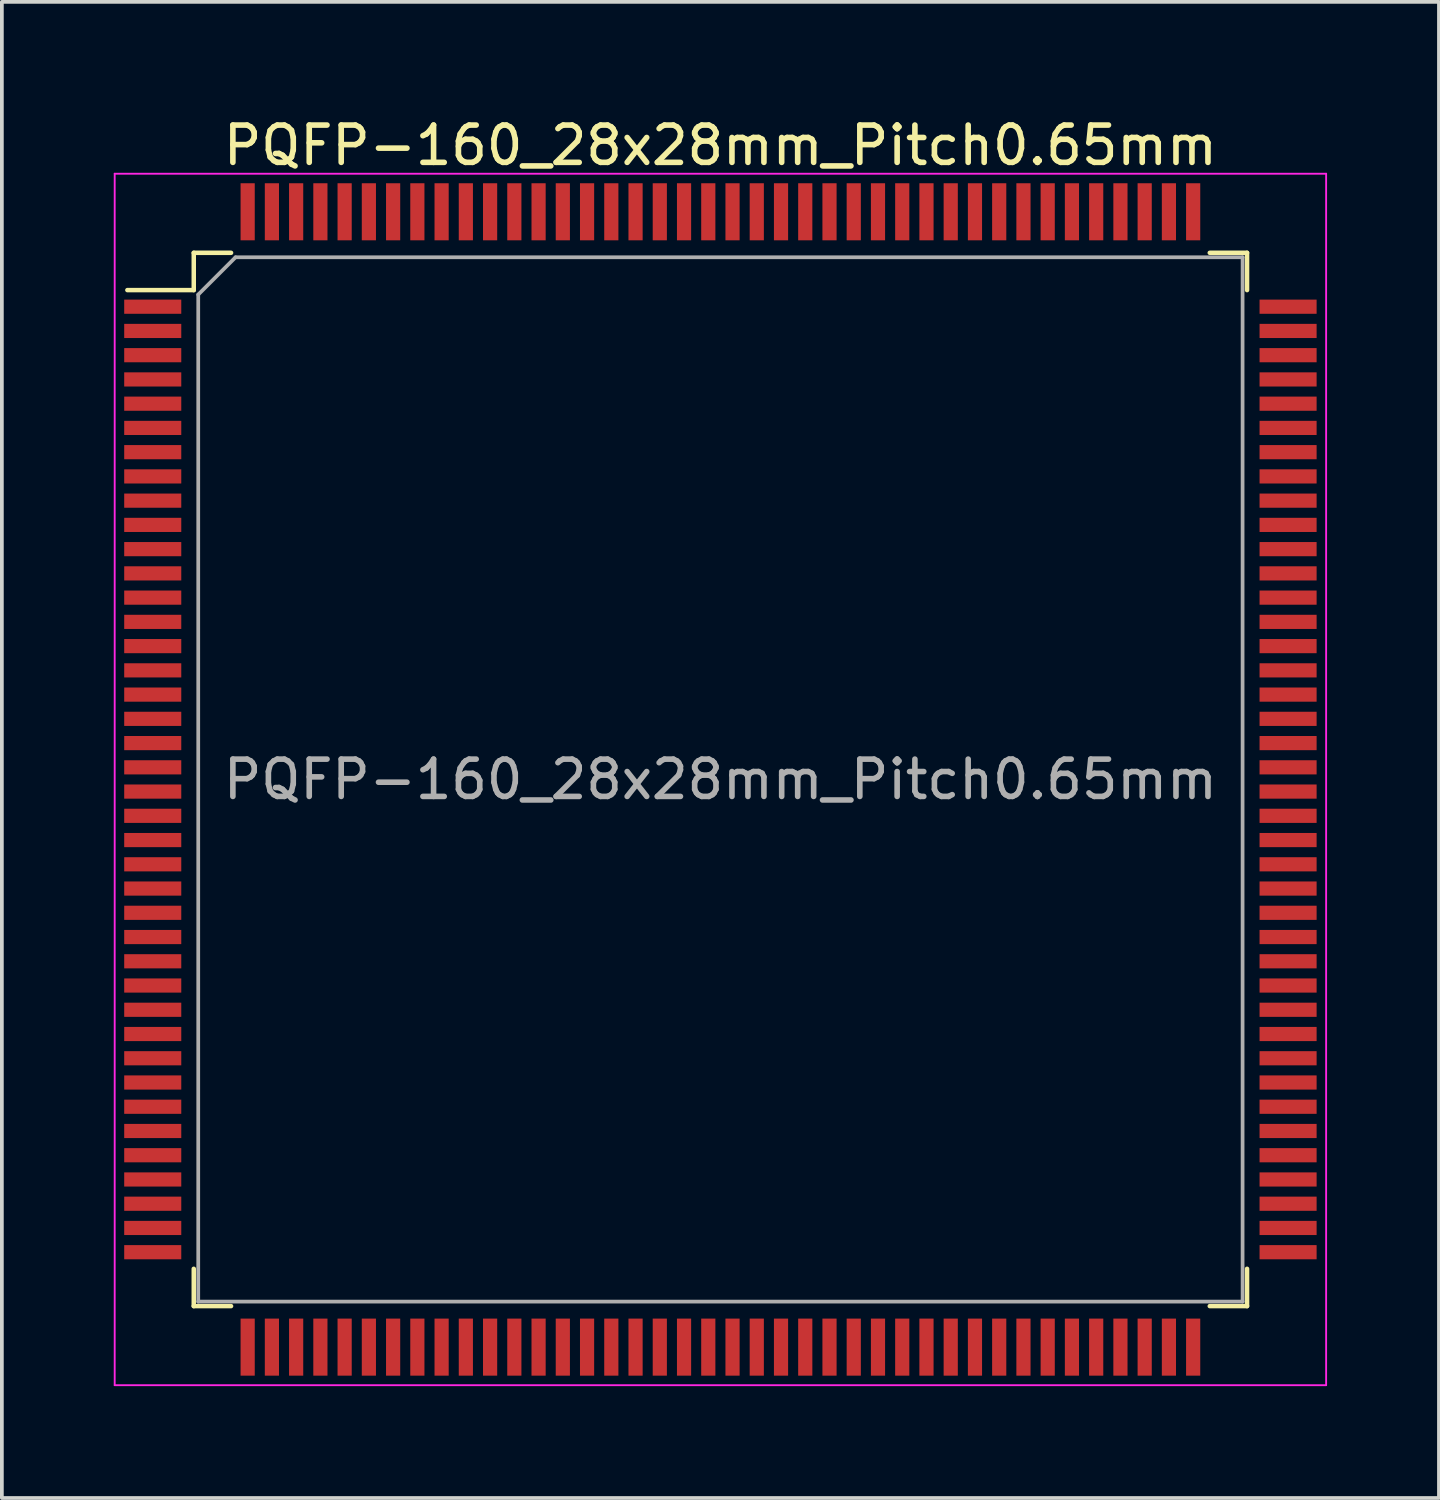
<source format=kicad_pcb>
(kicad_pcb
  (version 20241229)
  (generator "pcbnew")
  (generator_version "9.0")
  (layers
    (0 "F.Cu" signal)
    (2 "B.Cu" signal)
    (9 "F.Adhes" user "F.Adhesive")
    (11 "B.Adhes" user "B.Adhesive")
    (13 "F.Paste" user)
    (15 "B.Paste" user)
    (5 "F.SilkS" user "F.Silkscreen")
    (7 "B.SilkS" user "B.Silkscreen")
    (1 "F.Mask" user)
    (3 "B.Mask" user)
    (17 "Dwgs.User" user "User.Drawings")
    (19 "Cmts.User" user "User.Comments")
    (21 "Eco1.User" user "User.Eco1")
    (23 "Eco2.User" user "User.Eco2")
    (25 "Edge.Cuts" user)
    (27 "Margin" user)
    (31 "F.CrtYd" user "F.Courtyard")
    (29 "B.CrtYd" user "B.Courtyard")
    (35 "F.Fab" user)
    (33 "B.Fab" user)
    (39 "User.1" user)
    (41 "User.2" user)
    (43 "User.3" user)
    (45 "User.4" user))
  (footprint "PQFP-160_28x28mm_Pitch0.65mm"
    (layer "F.Cu")
    (at 16.265 17.848)
    (property "Reference" "PQFP-160_28x28mm_Pitch0.65mm" (at 0 -17 0) (layer "F.SilkS") (effects (font (size 1 1) (thickness 0.15))))
    (attr smd)
    (fp_line (start -15.9 -13.12) (end -14.12 -13.12) (stroke (width 0.12) (type solid)) (layer "F.SilkS"))
    (fp_line (start -14.12 -14.12) (end -14.12 -13.12) (stroke (width 0.12) (type solid)) (layer "F.SilkS"))
    (fp_line (start -14.12 14.12) (end -14.12 13.12) (stroke (width 0.12) (type solid)) (layer "F.SilkS"))
    (fp_line (start -13.12 -14.12) (end -14.12 -14.12) (stroke (width 0.12) (type solid)) (layer "F.SilkS"))
    (fp_line (start -13.12 14.12) (end -14.12 14.12) (stroke (width 0.12) (type solid)) (layer "F.SilkS"))
    (fp_line (start 13.12 -14.12) (end 14.12 -14.12) (stroke (width 0.12) (type solid)) (layer "F.SilkS"))
    (fp_line (start 13.12 14.12) (end 14.12 14.12) (stroke (width 0.12) (type solid)) (layer "F.SilkS"))
    (fp_line (start 14.12 -14.12) (end 14.12 -13.12) (stroke (width 0.12) (type solid)) (layer "F.SilkS"))
    (fp_line (start 14.12 14.12) (end 14.12 13.12) (stroke (width 0.12) (type solid)) (layer "F.SilkS"))
    (fp_line (start -16.24 -16.24) (end 16.24 -16.24) (stroke (width 0.05) (type solid)) (layer "F.CrtYd"))
    (fp_line (start -16.24 16.24) (end -16.24 -16.24) (stroke (width 0.05) (type solid)) (layer "F.CrtYd"))
    (fp_line (start 16.24 -16.24) (end 16.24 16.24) (stroke (width 0.05) (type solid)) (layer "F.CrtYd"))
    (fp_line (start 16.24 16.24) (end -16.24 16.24) (stroke (width 0.05) (type solid)) (layer "F.CrtYd"))
    (fp_line (start -14 -13) (end -14 14) (stroke (width 0.1) (type solid)) (layer "F.Fab"))
    (fp_line (start -14 14) (end 14 14) (stroke (width 0.1) (type solid)) (layer "F.Fab"))
    (fp_line (start -13 -14) (end -14 -13) (stroke (width 0.1) (type solid)) (layer "F.Fab"))
    (fp_line (start 14 -14) (end -13 -14) (stroke (width 0.1) (type solid)) (layer "F.Fab"))
    (fp_line (start 14 14) (end 14 -14) (stroke (width 0.1) (type solid)) (layer "F.Fab"))
    (fp_text user "${REFERENCE}" (at 0 0 0) (layer "F.Fab") (effects (font (size 1 1) (thickness 0.15))))
    (pad "1" smd rect (at -15.22 -12.675) (size 1.53 0.38) (layers "F.Cu" "F.Mask" "F.Paste"))
    (pad "2" smd rect (at -15.22 -12.025) (size 1.53 0.38) (layers "F.Cu" "F.Mask" "F.Paste"))
    (pad "3" smd rect (at -15.22 -11.375) (size 1.53 0.38) (layers "F.Cu" "F.Mask" "F.Paste"))
    (pad "4" smd rect (at -15.22 -10.725) (size 1.53 0.38) (layers "F.Cu" "F.Mask" "F.Paste"))
    (pad "5" smd rect (at -15.22 -10.075) (size 1.53 0.38) (layers "F.Cu" "F.Mask" "F.Paste"))
    (pad "6" smd rect (at -15.22 -9.425) (size 1.53 0.38) (layers "F.Cu" "F.Mask" "F.Paste"))
    (pad "7" smd rect (at -15.22 -8.775) (size 1.53 0.38) (layers "F.Cu" "F.Mask" "F.Paste"))
    (pad "8" smd rect (at -15.22 -8.125) (size 1.53 0.38) (layers "F.Cu" "F.Mask" "F.Paste"))
    (pad "9" smd rect (at -15.22 -7.475) (size 1.53 0.38) (layers "F.Cu" "F.Mask" "F.Paste"))
    (pad "10" smd rect (at -15.22 -6.825) (size 1.53 0.38) (layers "F.Cu" "F.Mask" "F.Paste"))
    (pad "11" smd rect (at -15.22 -6.175) (size 1.53 0.38) (layers "F.Cu" "F.Mask" "F.Paste"))
    (pad "12" smd rect (at -15.22 -5.525) (size 1.53 0.38) (layers "F.Cu" "F.Mask" "F.Paste"))
    (pad "13" smd rect (at -15.22 -4.875) (size 1.53 0.38) (layers "F.Cu" "F.Mask" "F.Paste"))
    (pad "14" smd rect (at -15.22 -4.225) (size 1.53 0.38) (layers "F.Cu" "F.Mask" "F.Paste"))
    (pad "15" smd rect (at -15.22 -3.575) (size 1.53 0.38) (layers "F.Cu" "F.Mask" "F.Paste"))
    (pad "16" smd rect (at -15.22 -2.925) (size 1.53 0.38) (layers "F.Cu" "F.Mask" "F.Paste"))
    (pad "17" smd rect (at -15.22 -2.275) (size 1.53 0.38) (layers "F.Cu" "F.Mask" "F.Paste"))
    (pad "18" smd rect (at -15.22 -1.625) (size 1.53 0.38) (layers "F.Cu" "F.Mask" "F.Paste"))
    (pad "19" smd rect (at -15.22 -0.975) (size 1.53 0.38) (layers "F.Cu" "F.Mask" "F.Paste"))
    (pad "20" smd rect (at -15.22 -0.325) (size 1.53 0.38) (layers "F.Cu" "F.Mask" "F.Paste"))
    (pad "21" smd rect (at -15.22 0.325) (size 1.53 0.38) (layers "F.Cu" "F.Mask" "F.Paste"))
    (pad "22" smd rect (at -15.22 0.975) (size 1.53 0.38) (layers "F.Cu" "F.Mask" "F.Paste"))
    (pad "23" smd rect (at -15.22 1.625) (size 1.53 0.38) (layers "F.Cu" "F.Mask" "F.Paste"))
    (pad "24" smd rect (at -15.22 2.275) (size 1.53 0.38) (layers "F.Cu" "F.Mask" "F.Paste"))
    (pad "25" smd rect (at -15.22 2.925) (size 1.53 0.38) (layers "F.Cu" "F.Mask" "F.Paste"))
    (pad "26" smd rect (at -15.22 3.575) (size 1.53 0.38) (layers "F.Cu" "F.Mask" "F.Paste"))
    (pad "27" smd rect (at -15.22 4.225) (size 1.53 0.38) (layers "F.Cu" "F.Mask" "F.Paste"))
    (pad "28" smd rect (at -15.22 4.875) (size 1.53 0.38) (layers "F.Cu" "F.Mask" "F.Paste"))
    (pad "29" smd rect (at -15.22 5.525) (size 1.53 0.38) (layers "F.Cu" "F.Mask" "F.Paste"))
    (pad "30" smd rect (at -15.22 6.175) (size 1.53 0.38) (layers "F.Cu" "F.Mask" "F.Paste"))
    (pad "31" smd rect (at -15.22 6.825) (size 1.53 0.38) (layers "F.Cu" "F.Mask" "F.Paste"))
    (pad "32" smd rect (at -15.22 7.475) (size 1.53 0.38) (layers "F.Cu" "F.Mask" "F.Paste"))
    (pad "33" smd rect (at -15.22 8.125) (size 1.53 0.38) (layers "F.Cu" "F.Mask" "F.Paste"))
    (pad "34" smd rect (at -15.22 8.775) (size 1.53 0.38) (layers "F.Cu" "F.Mask" "F.Paste"))
    (pad "35" smd rect (at -15.22 9.425) (size 1.53 0.38) (layers "F.Cu" "F.Mask" "F.Paste"))
    (pad "36" smd rect (at -15.22 10.075) (size 1.53 0.38) (layers "F.Cu" "F.Mask" "F.Paste"))
    (pad "37" smd rect (at -15.22 10.725) (size 1.53 0.38) (layers "F.Cu" "F.Mask" "F.Paste"))
    (pad "38" smd rect (at -15.22 11.375) (size 1.53 0.38) (layers "F.Cu" "F.Mask" "F.Paste"))
    (pad "39" smd rect (at -15.22 12.025) (size 1.53 0.38) (layers "F.Cu" "F.Mask" "F.Paste"))
    (pad "40" smd rect (at -15.22 12.675) (size 1.53 0.38) (layers "F.Cu" "F.Mask" "F.Paste"))
    (pad "41" smd rect (at -12.675 15.22) (size 0.38 1.53) (layers "F.Cu" "F.Mask" "F.Paste"))
    (pad "42" smd rect (at -12.025 15.22) (size 0.38 1.53) (layers "F.Cu" "F.Mask" "F.Paste"))
    (pad "43" smd rect (at -11.375 15.22) (size 0.38 1.53) (layers "F.Cu" "F.Mask" "F.Paste"))
    (pad "44" smd rect (at -10.725 15.22) (size 0.38 1.53) (layers "F.Cu" "F.Mask" "F.Paste"))
    (pad "45" smd rect (at -10.075 15.22) (size 0.38 1.53) (layers "F.Cu" "F.Mask" "F.Paste"))
    (pad "46" smd rect (at -9.425 15.22) (size 0.38 1.53) (layers "F.Cu" "F.Mask" "F.Paste"))
    (pad "47" smd rect (at -8.775 15.22) (size 0.38 1.53) (layers "F.Cu" "F.Mask" "F.Paste"))
    (pad "48" smd rect (at -8.125 15.22) (size 0.38 1.53) (layers "F.Cu" "F.Mask" "F.Paste"))
    (pad "49" smd rect (at -7.475 15.22) (size 0.38 1.53) (layers "F.Cu" "F.Mask" "F.Paste"))
    (pad "50" smd rect (at -6.825 15.22) (size 0.38 1.53) (layers "F.Cu" "F.Mask" "F.Paste"))
    (pad "51" smd rect (at -6.175 15.22) (size 0.38 1.53) (layers "F.Cu" "F.Mask" "F.Paste"))
    (pad "52" smd rect (at -5.525 15.22) (size 0.38 1.53) (layers "F.Cu" "F.Mask" "F.Paste"))
    (pad "53" smd rect (at -4.875 15.22) (size 0.38 1.53) (layers "F.Cu" "F.Mask" "F.Paste"))
    (pad "54" smd rect (at -4.225 15.22) (size 0.38 1.53) (layers "F.Cu" "F.Mask" "F.Paste"))
    (pad "55" smd rect (at -3.575 15.22) (size 0.38 1.53) (layers "F.Cu" "F.Mask" "F.Paste"))
    (pad "56" smd rect (at -2.925 15.22) (size 0.38 1.53) (layers "F.Cu" "F.Mask" "F.Paste"))
    (pad "57" smd rect (at -2.275 15.22) (size 0.38 1.53) (layers "F.Cu" "F.Mask" "F.Paste"))
    (pad "58" smd rect (at -1.625 15.22) (size 0.38 1.53) (layers "F.Cu" "F.Mask" "F.Paste"))
    (pad "59" smd rect (at -0.975 15.22) (size 0.38 1.53) (layers "F.Cu" "F.Mask" "F.Paste"))
    (pad "60" smd rect (at -0.325 15.22) (size 0.38 1.53) (layers "F.Cu" "F.Mask" "F.Paste"))
    (pad "61" smd rect (at 0.325 15.22) (size 0.38 1.53) (layers "F.Cu" "F.Mask" "F.Paste"))
    (pad "62" smd rect (at 0.975 15.22) (size 0.38 1.53) (layers "F.Cu" "F.Mask" "F.Paste"))
    (pad "63" smd rect (at 1.625 15.22) (size 0.38 1.53) (layers "F.Cu" "F.Mask" "F.Paste"))
    (pad "64" smd rect (at 2.275 15.22) (size 0.38 1.53) (layers "F.Cu" "F.Mask" "F.Paste"))
    (pad "65" smd rect (at 2.925 15.22) (size 0.38 1.53) (layers "F.Cu" "F.Mask" "F.Paste"))
    (pad "66" smd rect (at 3.575 15.22) (size 0.38 1.53) (layers "F.Cu" "F.Mask" "F.Paste"))
    (pad "67" smd rect (at 4.225 15.22) (size 0.38 1.53) (layers "F.Cu" "F.Mask" "F.Paste"))
    (pad "68" smd rect (at 4.875 15.22) (size 0.38 1.53) (layers "F.Cu" "F.Mask" "F.Paste"))
    (pad "69" smd rect (at 5.525 15.22) (size 0.38 1.53) (layers "F.Cu" "F.Mask" "F.Paste"))
    (pad "70" smd rect (at 6.175 15.22) (size 0.38 1.53) (layers "F.Cu" "F.Mask" "F.Paste"))
    (pad "71" smd rect (at 6.825 15.22) (size 0.38 1.53) (layers "F.Cu" "F.Mask" "F.Paste"))
    (pad "72" smd rect (at 7.475 15.22) (size 0.38 1.53) (layers "F.Cu" "F.Mask" "F.Paste"))
    (pad "73" smd rect (at 8.125 15.22) (size 0.38 1.53) (layers "F.Cu" "F.Mask" "F.Paste"))
    (pad "74" smd rect (at 8.775 15.22) (size 0.38 1.53) (layers "F.Cu" "F.Mask" "F.Paste"))
    (pad "75" smd rect (at 9.425 15.22) (size 0.38 1.53) (layers "F.Cu" "F.Mask" "F.Paste"))
    (pad "76" smd rect (at 10.075 15.22) (size 0.38 1.53) (layers "F.Cu" "F.Mask" "F.Paste"))
    (pad "77" smd rect (at 10.725 15.22) (size 0.38 1.53) (layers "F.Cu" "F.Mask" "F.Paste"))
    (pad "78" smd rect (at 11.375 15.22) (size 0.38 1.53) (layers "F.Cu" "F.Mask" "F.Paste"))
    (pad "79" smd rect (at 12.025 15.22) (size 0.38 1.53) (layers "F.Cu" "F.Mask" "F.Paste"))
    (pad "80" smd rect (at 12.675 15.22) (size 0.38 1.53) (layers "F.Cu" "F.Mask" "F.Paste"))
    (pad "81" smd rect (at 15.22 12.675) (size 1.53 0.38) (layers "F.Cu" "F.Mask" "F.Paste"))
    (pad "82" smd rect (at 15.22 12.025) (size 1.53 0.38) (layers "F.Cu" "F.Mask" "F.Paste"))
    (pad "83" smd rect (at 15.22 11.375) (size 1.53 0.38) (layers "F.Cu" "F.Mask" "F.Paste"))
    (pad "84" smd rect (at 15.22 10.725) (size 1.53 0.38) (layers "F.Cu" "F.Mask" "F.Paste"))
    (pad "85" smd rect (at 15.22 10.075) (size 1.53 0.38) (layers "F.Cu" "F.Mask" "F.Paste"))
    (pad "86" smd rect (at 15.22 9.425) (size 1.53 0.38) (layers "F.Cu" "F.Mask" "F.Paste"))
    (pad "87" smd rect (at 15.22 8.775) (size 1.53 0.38) (layers "F.Cu" "F.Mask" "F.Paste"))
    (pad "88" smd rect (at 15.22 8.125) (size 1.53 0.38) (layers "F.Cu" "F.Mask" "F.Paste"))
    (pad "89" smd rect (at 15.22 7.475) (size 1.53 0.38) (layers "F.Cu" "F.Mask" "F.Paste"))
    (pad "90" smd rect (at 15.22 6.825) (size 1.53 0.38) (layers "F.Cu" "F.Mask" "F.Paste"))
    (pad "91" smd rect (at 15.22 6.175) (size 1.53 0.38) (layers "F.Cu" "F.Mask" "F.Paste"))
    (pad "92" smd rect (at 15.22 5.525) (size 1.53 0.38) (layers "F.Cu" "F.Mask" "F.Paste"))
    (pad "93" smd rect (at 15.22 4.875) (size 1.53 0.38) (layers "F.Cu" "F.Mask" "F.Paste"))
    (pad "94" smd rect (at 15.22 4.225) (size 1.53 0.38) (layers "F.Cu" "F.Mask" "F.Paste"))
    (pad "95" smd rect (at 15.22 3.575) (size 1.53 0.38) (layers "F.Cu" "F.Mask" "F.Paste"))
    (pad "96" smd rect (at 15.22 2.925) (size 1.53 0.38) (layers "F.Cu" "F.Mask" "F.Paste"))
    (pad "97" smd rect (at 15.22 2.275) (size 1.53 0.38) (layers "F.Cu" "F.Mask" "F.Paste"))
    (pad "98" smd rect (at 15.22 1.625) (size 1.53 0.38) (layers "F.Cu" "F.Mask" "F.Paste"))
    (pad "99" smd rect (at 15.22 0.975) (size 1.53 0.38) (layers "F.Cu" "F.Mask" "F.Paste"))
    (pad "100" smd rect (at 15.22 0.325) (size 1.53 0.38) (layers "F.Cu" "F.Mask" "F.Paste"))
    (pad "101" smd rect (at 15.22 -0.325) (size 1.53 0.38) (layers "F.Cu" "F.Mask" "F.Paste"))
    (pad "102" smd rect (at 15.22 -0.975) (size 1.53 0.38) (layers "F.Cu" "F.Mask" "F.Paste"))
    (pad "103" smd rect (at 15.22 -1.625) (size 1.53 0.38) (layers "F.Cu" "F.Mask" "F.Paste"))
    (pad "104" smd rect (at 15.22 -2.275) (size 1.53 0.38) (layers "F.Cu" "F.Mask" "F.Paste"))
    (pad "105" smd rect (at 15.22 -2.925) (size 1.53 0.38) (layers "F.Cu" "F.Mask" "F.Paste"))
    (pad "106" smd rect (at 15.22 -3.575) (size 1.53 0.38) (layers "F.Cu" "F.Mask" "F.Paste"))
    (pad "107" smd rect (at 15.22 -4.225) (size 1.53 0.38) (layers "F.Cu" "F.Mask" "F.Paste"))
    (pad "108" smd rect (at 15.22 -4.875) (size 1.53 0.38) (layers "F.Cu" "F.Mask" "F.Paste"))
    (pad "109" smd rect (at 15.22 -5.525) (size 1.53 0.38) (layers "F.Cu" "F.Mask" "F.Paste"))
    (pad "110" smd rect (at 15.22 -6.175) (size 1.53 0.38) (layers "F.Cu" "F.Mask" "F.Paste"))
    (pad "111" smd rect (at 15.22 -6.825) (size 1.53 0.38) (layers "F.Cu" "F.Mask" "F.Paste"))
    (pad "112" smd rect (at 15.22 -7.475) (size 1.53 0.38) (layers "F.Cu" "F.Mask" "F.Paste"))
    (pad "113" smd rect (at 15.22 -8.125) (size 1.53 0.38) (layers "F.Cu" "F.Mask" "F.Paste"))
    (pad "114" smd rect (at 15.22 -8.775) (size 1.53 0.38) (layers "F.Cu" "F.Mask" "F.Paste"))
    (pad "115" smd rect (at 15.22 -9.425) (size 1.53 0.38) (layers "F.Cu" "F.Mask" "F.Paste"))
    (pad "116" smd rect (at 15.22 -10.075) (size 1.53 0.38) (layers "F.Cu" "F.Mask" "F.Paste"))
    (pad "117" smd rect (at 15.22 -10.725) (size 1.53 0.38) (layers "F.Cu" "F.Mask" "F.Paste"))
    (pad "118" smd rect (at 15.22 -11.375) (size 1.53 0.38) (layers "F.Cu" "F.Mask" "F.Paste"))
    (pad "119" smd rect (at 15.22 -12.025) (size 1.53 0.38) (layers "F.Cu" "F.Mask" "F.Paste"))
    (pad "120" smd rect (at 15.22 -12.675) (size 1.53 0.38) (layers "F.Cu" "F.Mask" "F.Paste"))
    (pad "121" smd rect (at 12.675 -15.22) (size 0.38 1.53) (layers "F.Cu" "F.Mask" "F.Paste"))
    (pad "122" smd rect (at 12.025 -15.22) (size 0.38 1.53) (layers "F.Cu" "F.Mask" "F.Paste"))
    (pad "123" smd rect (at 11.375 -15.22) (size 0.38 1.53) (layers "F.Cu" "F.Mask" "F.Paste"))
    (pad "124" smd rect (at 10.725 -15.22) (size 0.38 1.53) (layers "F.Cu" "F.Mask" "F.Paste"))
    (pad "125" smd rect (at 10.075 -15.22) (size 0.38 1.53) (layers "F.Cu" "F.Mask" "F.Paste"))
    (pad "126" smd rect (at 9.425 -15.22) (size 0.38 1.53) (layers "F.Cu" "F.Mask" "F.Paste"))
    (pad "127" smd rect (at 8.775 -15.22) (size 0.38 1.53) (layers "F.Cu" "F.Mask" "F.Paste"))
    (pad "128" smd rect (at 8.125 -15.22) (size 0.38 1.53) (layers "F.Cu" "F.Mask" "F.Paste"))
    (pad "129" smd rect (at 7.475 -15.22) (size 0.38 1.53) (layers "F.Cu" "F.Mask" "F.Paste"))
    (pad "130" smd rect (at 6.825 -15.22) (size 0.38 1.53) (layers "F.Cu" "F.Mask" "F.Paste"))
    (pad "131" smd rect (at 6.175 -15.22) (size 0.38 1.53) (layers "F.Cu" "F.Mask" "F.Paste"))
    (pad "132" smd rect (at 5.525 -15.22) (size 0.38 1.53) (layers "F.Cu" "F.Mask" "F.Paste"))
    (pad "133" smd rect (at 4.875 -15.22) (size 0.38 1.53) (layers "F.Cu" "F.Mask" "F.Paste"))
    (pad "134" smd rect (at 4.225 -15.22) (size 0.38 1.53) (layers "F.Cu" "F.Mask" "F.Paste"))
    (pad "135" smd rect (at 3.575 -15.22) (size 0.38 1.53) (layers "F.Cu" "F.Mask" "F.Paste"))
    (pad "136" smd rect (at 2.925 -15.22) (size 0.38 1.53) (layers "F.Cu" "F.Mask" "F.Paste"))
    (pad "137" smd rect (at 2.275 -15.22) (size 0.38 1.53) (layers "F.Cu" "F.Mask" "F.Paste"))
    (pad "138" smd rect (at 1.625 -15.22) (size 0.38 1.53) (layers "F.Cu" "F.Mask" "F.Paste"))
    (pad "139" smd rect (at 0.975 -15.22) (size 0.38 1.53) (layers "F.Cu" "F.Mask" "F.Paste"))
    (pad "140" smd rect (at 0.325 -15.22) (size 0.38 1.53) (layers "F.Cu" "F.Mask" "F.Paste"))
    (pad "141" smd rect (at -0.325 -15.22) (size 0.38 1.53) (layers "F.Cu" "F.Mask" "F.Paste"))
    (pad "142" smd rect (at -0.975 -15.22) (size 0.38 1.53) (layers "F.Cu" "F.Mask" "F.Paste"))
    (pad "143" smd rect (at -1.625 -15.22) (size 0.38 1.53) (layers "F.Cu" "F.Mask" "F.Paste"))
    (pad "144" smd rect (at -2.275 -15.22) (size 0.38 1.53) (layers "F.Cu" "F.Mask" "F.Paste"))
    (pad "145" smd rect (at -2.925 -15.22) (size 0.38 1.53) (layers "F.Cu" "F.Mask" "F.Paste"))
    (pad "146" smd rect (at -3.575 -15.22) (size 0.38 1.53) (layers "F.Cu" "F.Mask" "F.Paste"))
    (pad "147" smd rect (at -4.225 -15.22) (size 0.38 1.53) (layers "F.Cu" "F.Mask" "F.Paste"))
    (pad "148" smd rect (at -4.875 -15.22) (size 0.38 1.53) (layers "F.Cu" "F.Mask" "F.Paste"))
    (pad "149" smd rect (at -5.525 -15.22) (size 0.38 1.53) (layers "F.Cu" "F.Mask" "F.Paste"))
    (pad "150" smd rect (at -6.175 -15.22) (size 0.38 1.53) (layers "F.Cu" "F.Mask" "F.Paste"))
    (pad "151" smd rect (at -6.825 -15.22) (size 0.38 1.53) (layers "F.Cu" "F.Mask" "F.Paste"))
    (pad "152" smd rect (at -7.475 -15.22) (size 0.38 1.53) (layers "F.Cu" "F.Mask" "F.Paste"))
    (pad "153" smd rect (at -8.125 -15.22) (size 0.38 1.53) (layers "F.Cu" "F.Mask" "F.Paste"))
    (pad "154" smd rect (at -8.775 -15.22) (size 0.38 1.53) (layers "F.Cu" "F.Mask" "F.Paste"))
    (pad "155" smd rect (at -9.425 -15.22) (size 0.38 1.53) (layers "F.Cu" "F.Mask" "F.Paste"))
    (pad "156" smd rect (at -10.075 -15.22) (size 0.38 1.53) (layers "F.Cu" "F.Mask" "F.Paste"))
    (pad "157" smd rect (at -10.725 -15.22) (size 0.38 1.53) (layers "F.Cu" "F.Mask" "F.Paste"))
    (pad "158" smd rect (at -11.375 -15.22) (size 0.38 1.53) (layers "F.Cu" "F.Mask" "F.Paste"))
    (pad "159" smd rect (at -12.025 -15.22) (size 0.38 1.53) (layers "F.Cu" "F.Mask" "F.Paste"))
    (pad "160" smd rect (at -12.675 -15.22) (size 0.38 1.53) (layers "F.Cu" "F.Mask" "F.Paste")))
  (gr_rect
    (start -3 -3)
    (end 35.53 37.113)
    (stroke (width 0.1) (type default))
    (fill no)
    (layer "Edge.Cuts")))
</source>
